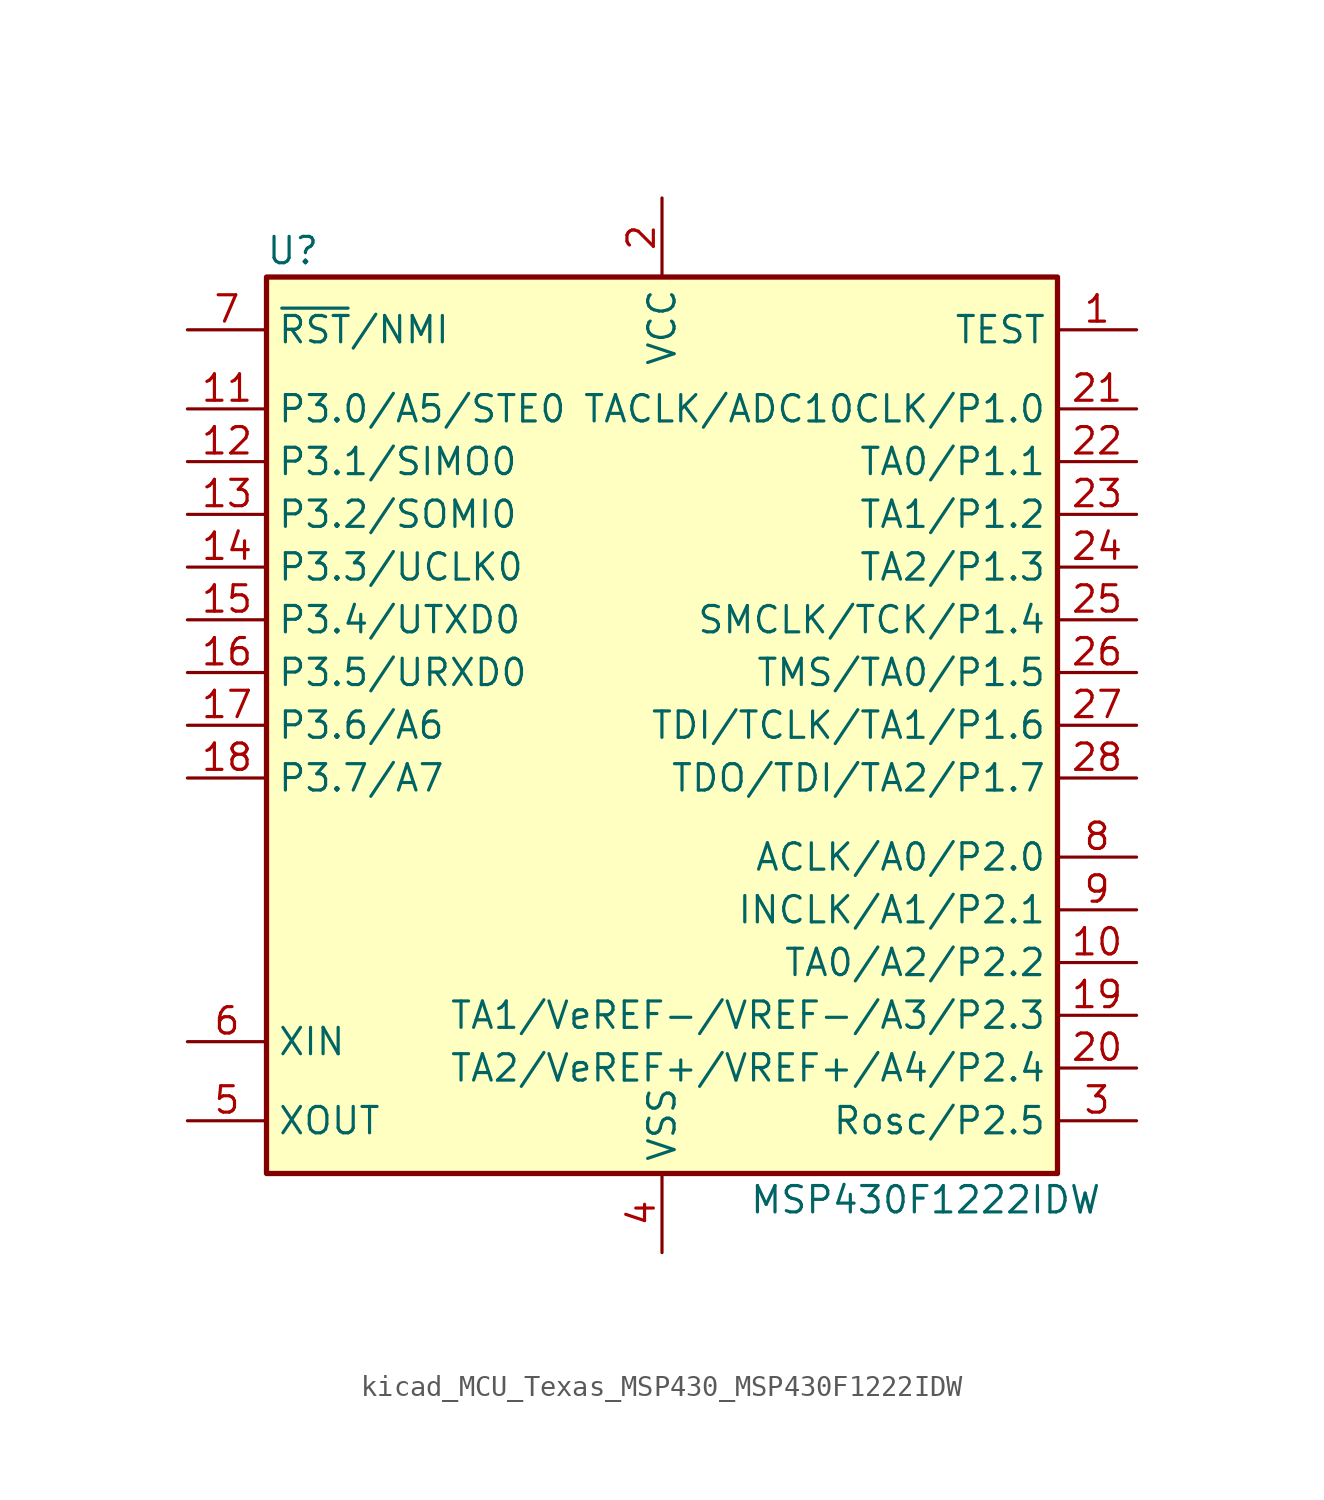
<source format=kicad_sym>
(kicad_symbol_lib
  (version 20220914)
  (generator kicad_symbol_editor)
  (symbol "kicad_MCU_Texas_MSP430_MSP430F1222IDW"
    (property "Reference" "U"
      (at -17.78 22.86 0)
      (effects (font (size 1.27 1.27))))
    (property "Value" "MSP430F1222IDW"
      (at 12.7 -22.86 0)
      (effects (font (size 1.27 1.27))))
    (symbol "kicad_MCU_Texas_MSP430_MSP430F1222IDW_0_1"
      (rectangle (start -19.05 21.59) (end 19.05 -21.59) (stroke (width 0.254) (type default)) (fill (type background))))
    (symbol "kicad_MCU_Texas_MSP430_MSP430F1222IDW_1_1"
      (pin input line (at 22.86 19.05 180) (length 3.81) (name "TEST" (effects (font (size 1.27 1.27)))) (number "1" (effects (font (size 1.27 1.27)))))
      (pin bidirectional line (at 22.86 -11.43 180) (length 3.81) (name "TA0/A2/P2.2" (effects (font (size 1.27 1.27)))) (number "10" (effects (font (size 1.27 1.27)))))
      (pin bidirectional line (at -22.86 15.24 0) (length 3.81) (name "P3.0/A5/STE0" (effects (font (size 1.27 1.27)))) (number "11" (effects (font (size 1.27 1.27)))))
      (pin bidirectional line (at -22.86 12.7 0) (length 3.81) (name "P3.1/SIMO0" (effects (font (size 1.27 1.27)))) (number "12" (effects (font (size 1.27 1.27)))))
      (pin bidirectional line (at -22.86 10.16 0) (length 3.81) (name "P3.2/SOMI0" (effects (font (size 1.27 1.27)))) (number "13" (effects (font (size 1.27 1.27)))))
      (pin bidirectional line (at -22.86 7.62 0) (length 3.81) (name "P3.3/UCLK0" (effects (font (size 1.27 1.27)))) (number "14" (effects (font (size 1.27 1.27)))))
      (pin bidirectional line (at -22.86 5.08 0) (length 3.81) (name "P3.4/UTXD0" (effects (font (size 1.27 1.27)))) (number "15" (effects (font (size 1.27 1.27)))))
      (pin bidirectional line (at -22.86 2.54 0) (length 3.81) (name "P3.5/URXD0" (effects (font (size 1.27 1.27)))) (number "16" (effects (font (size 1.27 1.27)))))
      (pin bidirectional line (at -22.86 0 0) (length 3.81) (name "P3.6/A6" (effects (font (size 1.27 1.27)))) (number "17" (effects (font (size 1.27 1.27)))))
      (pin bidirectional line (at -22.86 -2.54 0) (length 3.81) (name "P3.7/A7" (effects (font (size 1.27 1.27)))) (number "18" (effects (font (size 1.27 1.27)))))
      (pin bidirectional line (at 22.86 -13.97 180) (length 3.81) (name "TA1/VeREF-/VREF-/A3/P2.3" (effects (font (size 1.27 1.27)))) (number "19" (effects (font (size 1.27 1.27)))))
      (pin power_in line (at 0 25.4 270) (length 3.81) (name "VCC" (effects (font (size 1.27 1.27)))) (number "2" (effects (font (size 1.27 1.27)))))
      (pin bidirectional line (at 22.86 -16.51 180) (length 3.81) (name "TA2/VeREF+/VREF+/A4/P2.4" (effects (font (size 1.27 1.27)))) (number "20" (effects (font (size 1.27 1.27)))))
      (pin bidirectional line (at 22.86 15.24 180) (length 3.81) (name "TACLK/ADC10CLK/P1.0" (effects (font (size 1.27 1.27)))) (number "21" (effects (font (size 1.27 1.27)))))
      (pin bidirectional line (at 22.86 12.7 180) (length 3.81) (name "TA0/P1.1" (effects (font (size 1.27 1.27)))) (number "22" (effects (font (size 1.27 1.27)))))
      (pin bidirectional line (at 22.86 10.16 180) (length 3.81) (name "TA1/P1.2" (effects (font (size 1.27 1.27)))) (number "23" (effects (font (size 1.27 1.27)))))
      (pin bidirectional line (at 22.86 7.62 180) (length 3.81) (name "TA2/P1.3" (effects (font (size 1.27 1.27)))) (number "24" (effects (font (size 1.27 1.27)))))
      (pin bidirectional line (at 22.86 5.08 180) (length 3.81) (name "SMCLK/TCK/P1.4" (effects (font (size 1.27 1.27)))) (number "25" (effects (font (size 1.27 1.27)))))
      (pin bidirectional line (at 22.86 2.54 180) (length 3.81) (name "TMS/TA0/P1.5" (effects (font (size 1.27 1.27)))) (number "26" (effects (font (size 1.27 1.27)))))
      (pin bidirectional line (at 22.86 0 180) (length 3.81) (name "TDI/TCLK/TA1/P1.6" (effects (font (size 1.27 1.27)))) (number "27" (effects (font (size 1.27 1.27)))))
      (pin bidirectional line (at 22.86 -2.54 180) (length 3.81) (name "TDO/TDI/TA2/P1.7" (effects (font (size 1.27 1.27)))) (number "28" (effects (font (size 1.27 1.27)))))
      (pin bidirectional line (at 22.86 -19.05 180) (length 3.81) (name "Rosc/P2.5" (effects (font (size 1.27 1.27)))) (number "3" (effects (font (size 1.27 1.27)))))
      (pin power_in line (at 0 -25.4 90) (length 3.81) (name "VSS" (effects (font (size 1.27 1.27)))) (number "4" (effects (font (size 1.27 1.27)))))
      (pin output line (at -22.86 -19.05 0) (length 3.81) (name "XOUT" (effects (font (size 1.27 1.27)))) (number "5" (effects (font (size 1.27 1.27)))))
      (pin input line (at -22.86 -15.24 0) (length 3.81) (name "XIN" (effects (font (size 1.27 1.27)))) (number "6" (effects (font (size 1.27 1.27)))))
      (pin input line (at -22.86 19.05 0) (length 3.81) (name "~{RST}/NMI" (effects (font (size 1.27 1.27)))) (number "7" (effects (font (size 1.27 1.27)))))
      (pin bidirectional line (at 22.86 -6.35 180) (length 3.81) (name "ACLK/A0/P2.0" (effects (font (size 1.27 1.27)))) (number "8" (effects (font (size 1.27 1.27)))))
      (pin bidirectional line (at 22.86 -8.89 180) (length 3.81) (name "INCLK/A1/P2.1" (effects (font (size 1.27 1.27)))) (number "9" (effects (font (size 1.27 1.27))))))))
</source>
